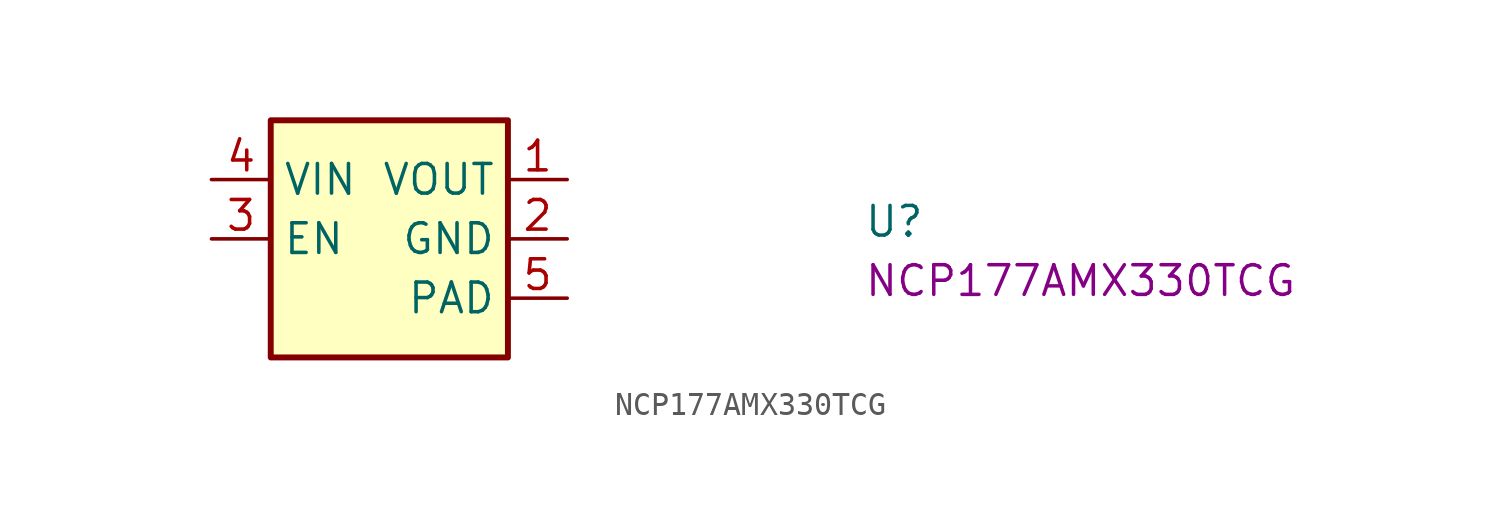
<source format=kicad_sym>
(kicad_symbol_lib
  (version 20220914)
  (generator kicad_symbol_editor)
  (symbol "NCP177AMX330TCG"
    (property "Reference" "U"
      (at 27.94 -2.54 0)
      (effects (font (size 1.27 1.27) (thickness 0.15)) (justify left bottom)))
    (property "MPN" "NCP177AMX330TCG"
      (at 27.94 -5.08 0)
      (effects (font (size 1.27 1.27) (thickness 0.15)) (justify left bottom)))
    (symbol "NCP177AMX330TCG_1_1"
      (rectangle (start 2.54 2.54) (end 12.7 -7.62) (stroke (width 0.254) (type default)) (fill (type background)))
      (pin power_out line (at 15.24 0 180) (length 2.54) (name "VOUT" (effects (font (size 1.27 1.27)))) (number "1" (effects (font (size 1.27 1.27)))))
      (pin power_in line (at 15.24 -2.54 180) (length 2.54) (name "GND" (effects (font (size 1.27 1.27)))) (number "2" (effects (font (size 1.27 1.27)))))
      (pin input line (at 0 -2.54 0) (length 2.54) (name "EN" (effects (font (size 1.27 1.27)))) (number "3" (effects (font (size 1.27 1.27)))))
      (pin power_in line (at 0 0 0) (length 2.54) (name "VIN" (effects (font (size 1.27 1.27)))) (number "4" (effects (font (size 1.27 1.27)))))
      (pin power_in line (at 15.24 -5.08 180) (length 2.54) (name "PAD" (effects (font (size 1.27 1.27)))) (number "5" (effects (font (size 1.27 1.27))))))))
</source>
